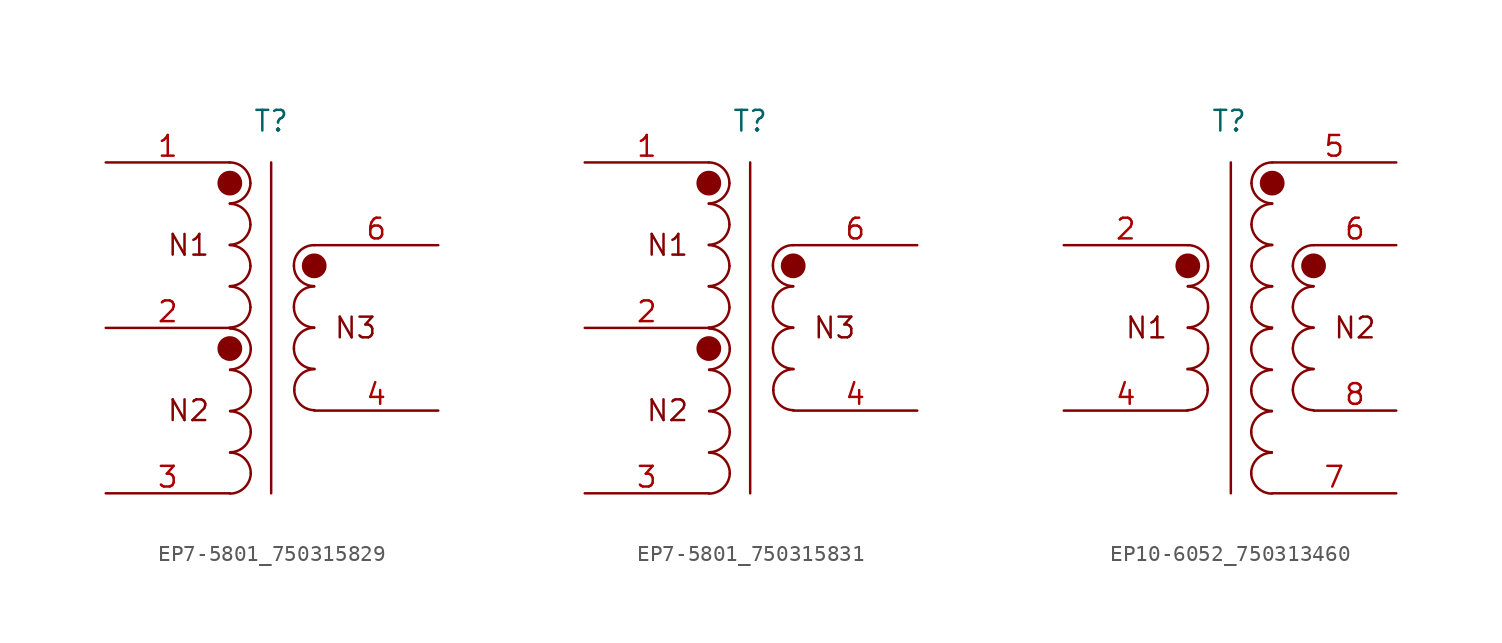
<source format=kicad_sym>
(kicad_symbol_lib
  (version 20220914)
  (generator kicad_symbol_editor)
  (symbol "EP7-5801_750315829"
    (pin_names hide)
    (property "Reference" "T"
      (at 0 12.7 0)
      (effects (font (size 1.27 1.27))))
    (property "Critical Parameter" ""
      (at 0 -5.08 0)
      (effects (font (size 1.27 1.27))))
    (symbol "EP7-5801_750315829_0_1"
      (arc (start -2.54 0.0254) (mid -1.6561 0.3937) (end -1.27 1.27) (stroke (width 0) (type default)) (fill (type none)))
      (arc (start -2.54 2.5654) (mid -1.6561 2.9337) (end -1.27 3.81) (stroke (width 0) (type default)) (fill (type none)))
      (arc (start -2.54 5.1054) (mid -1.6561 5.4737) (end -1.27 6.35) (stroke (width 0) (type default)) (fill (type none)))
      (arc (start -2.54 7.6454) (mid -1.6561 8.0137) (end -1.27 8.89) (stroke (width 0) (type default)) (fill (type none)))
      (arc (start -2.5215 -10.1791) (mid -1.6376 -9.8108) (end -1.2515 -8.9345) (stroke (width 0) (type default)) (fill (type none)))
      (arc (start -2.5215 -7.6391) (mid -1.6376 -7.2708) (end -1.2515 -6.3945) (stroke (width 0) (type default)) (fill (type none)))
      (arc (start -2.5215 -5.0991) (mid -1.6376 -4.7308) (end -1.2515 -3.8545) (stroke (width 0) (type default)) (fill (type none)))
      (arc (start -2.5215 -2.5591) (mid -1.6376 -2.1908) (end -1.2515 -1.3145) (stroke (width 0) (type default)) (fill (type none)))
      (arc (start -1.27 1.27) (mid -1.642 2.168) (end -2.54 2.54) (stroke (width 0) (type default)) (fill (type none)))
      (arc (start -1.27 3.81) (mid -1.642 4.708) (end -2.54 5.08) (stroke (width 0) (type default)) (fill (type none)))
      (arc (start -1.27 6.35) (mid -1.642 7.248) (end -2.54 7.62) (stroke (width 0) (type default)) (fill (type none)))
      (arc (start -1.27 8.89) (mid -1.642 9.788) (end -2.54 10.16) (stroke (width 0) (type default)) (fill (type none)))
      (arc (start -1.2515 -8.9345) (mid -1.6235 -8.0365) (end -2.5215 -7.6645) (stroke (width 0) (type default)) (fill (type none)))
      (arc (start -1.2515 -6.3945) (mid -1.6235 -5.4965) (end -2.5215 -5.1245) (stroke (width 0) (type default)) (fill (type none)))
      (arc (start -1.2515 -3.8545) (mid -1.6235 -2.9565) (end -2.5215 -2.5845) (stroke (width 0) (type default)) (fill (type none)))
      (arc (start -1.2515 -1.3145) (mid -1.6235 -0.4165) (end -2.5215 -0.0445) (stroke (width 0) (type default)) (fill (type none)))
      (polyline (pts (xy 0 10.16) (xy 0 -10.16)) (stroke (width 0) (type default)) (fill (type none)))
      (arc (start 1.397 -1.27) (mid 1.7615 -2.1501) (end 2.6416 -2.5146) (stroke (width 0) (type default)) (fill (type none)))
      (arc (start 1.397 1.27) (mid 1.7615 0.3899) (end 2.6416 0.0254) (stroke (width 0) (type default)) (fill (type none)))
      (arc (start 1.397 3.81) (mid 1.7615 2.9299) (end 2.6416 2.5654) (stroke (width 0) (type default)) (fill (type none)))
      (arc (start 1.4224 -3.81) (mid 1.787 -4.6899) (end 2.667 -5.0546) (stroke (width 0) (type default)) (fill (type none)))
      (arc (start 2.6416 0) (mid 1.7474 -0.3685) (end 1.397 -1.27) (stroke (width 0) (type default)) (fill (type none)))
      (arc (start 2.6416 2.54) (mid 1.7474 2.1715) (end 1.397 1.27) (stroke (width 0) (type default)) (fill (type none)))
      (arc (start 2.6416 5.08) (mid 1.7474 4.7115) (end 1.397 3.81) (stroke (width 0) (type default)) (fill (type none)))
      (arc (start 2.667 -2.54) (mid 1.7725 -2.9083) (end 1.4224 -3.81) (stroke (width 0) (type default)) (fill (type none))))
    (symbol "EP7-5801_750315829_1_1"
      (circle (center -2.54 -1.27) (radius 0.0001) (stroke (width 0.762) (type default)) (fill (type none)))
      (circle (center -2.54 8.89) (radius 0.0001) (stroke (width 0.762) (type default)) (fill (type none)))
      (circle (center 2.642 3.81) (radius 0.0001) (stroke (width 0.762) (type default)) (fill (type none)))
      (text "N1" (at -5.08 5.08 0) (effects (font (size 1.27 1.27))))
      (text "N2" (at -5.08 -5.08 0) (effects (font (size 1.27 1.27))))
      (text "N3" (at 5.182 0 0) (effects (font (size 1.27 1.27))))
      (pin passive line (at -10.16 10.16 0) (length 7.62) (name "1" (effects (font (size 1.27 1.27)))) (number "1" (effects (font (size 1.27 1.27)))))
      (pin passive line (at -10.16 0 0) (length 7.62) (name "2" (effects (font (size 1.27 1.27)))) (number "2" (effects (font (size 1.27 1.27)))))
      (pin passive line (at -10.16 -10.16 0) (length 7.62) (name "3" (effects (font (size 1.27 1.27)))) (number "3" (effects (font (size 1.27 1.27)))))
      (pin passive line (at 10.262 -5.08 180) (length 7.62) (name "4" (effects (font (size 1.27 1.27)))) (number "4" (effects (font (size 1.27 1.27)))))
      (pin passive line (at 10.262 5.08 180) (length 7.62) (name "6" (effects (font (size 1.27 1.27)))) (number "6" (effects (font (size 1.27 1.27)))))))
  (symbol "EP7-5801_750315831"
    (pin_names hide)
    (property "Reference" "T"
      (at 0 12.7 0)
      (effects (font (size 1.27 1.27))))
    (property "Critical Parameter" ""
      (at 0 -5.08 0)
      (effects (font (size 1.27 1.27))))
    (symbol "EP7-5801_750315831_0_1"
      (arc (start -2.54 0.0254) (mid -1.6561 0.3937) (end -1.27 1.27) (stroke (width 0) (type default)) (fill (type none)))
      (arc (start -2.54 2.5654) (mid -1.6561 2.9337) (end -1.27 3.81) (stroke (width 0) (type default)) (fill (type none)))
      (arc (start -2.54 5.1054) (mid -1.6561 5.4737) (end -1.27 6.35) (stroke (width 0) (type default)) (fill (type none)))
      (arc (start -2.54 7.6454) (mid -1.6561 8.0137) (end -1.27 8.89) (stroke (width 0) (type default)) (fill (type none)))
      (arc (start -2.5215 -10.1791) (mid -1.6376 -9.8108) (end -1.2515 -8.9345) (stroke (width 0) (type default)) (fill (type none)))
      (arc (start -2.5215 -7.6391) (mid -1.6376 -7.2708) (end -1.2515 -6.3945) (stroke (width 0) (type default)) (fill (type none)))
      (arc (start -2.5215 -5.0991) (mid -1.6376 -4.7308) (end -1.2515 -3.8545) (stroke (width 0) (type default)) (fill (type none)))
      (arc (start -2.5215 -2.5591) (mid -1.6376 -2.1908) (end -1.2515 -1.3145) (stroke (width 0) (type default)) (fill (type none)))
      (arc (start -1.27 1.27) (mid -1.642 2.168) (end -2.54 2.54) (stroke (width 0) (type default)) (fill (type none)))
      (arc (start -1.27 3.81) (mid -1.642 4.708) (end -2.54 5.08) (stroke (width 0) (type default)) (fill (type none)))
      (arc (start -1.27 6.35) (mid -1.642 7.248) (end -2.54 7.62) (stroke (width 0) (type default)) (fill (type none)))
      (arc (start -1.27 8.89) (mid -1.642 9.788) (end -2.54 10.16) (stroke (width 0) (type default)) (fill (type none)))
      (arc (start -1.2515 -8.9345) (mid -1.6235 -8.0365) (end -2.5215 -7.6645) (stroke (width 0) (type default)) (fill (type none)))
      (arc (start -1.2515 -6.3945) (mid -1.6235 -5.4965) (end -2.5215 -5.1245) (stroke (width 0) (type default)) (fill (type none)))
      (arc (start -1.2515 -3.8545) (mid -1.6235 -2.9565) (end -2.5215 -2.5845) (stroke (width 0) (type default)) (fill (type none)))
      (arc (start -1.2515 -1.3145) (mid -1.6235 -0.4165) (end -2.5215 -0.0445) (stroke (width 0) (type default)) (fill (type none)))
      (polyline (pts (xy 0 10.16) (xy 0 -10.16)) (stroke (width 0) (type default)) (fill (type none)))
      (arc (start 1.397 -1.27) (mid 1.7615 -2.1501) (end 2.6416 -2.5146) (stroke (width 0) (type default)) (fill (type none)))
      (arc (start 1.397 1.27) (mid 1.7615 0.3899) (end 2.6416 0.0254) (stroke (width 0) (type default)) (fill (type none)))
      (arc (start 1.397 3.81) (mid 1.7615 2.9299) (end 2.6416 2.5654) (stroke (width 0) (type default)) (fill (type none)))
      (arc (start 1.4224 -3.81) (mid 1.787 -4.6899) (end 2.667 -5.0546) (stroke (width 0) (type default)) (fill (type none)))
      (arc (start 2.6416 0) (mid 1.7474 -0.3685) (end 1.397 -1.27) (stroke (width 0) (type default)) (fill (type none)))
      (arc (start 2.6416 2.54) (mid 1.7474 2.1715) (end 1.397 1.27) (stroke (width 0) (type default)) (fill (type none)))
      (arc (start 2.6416 5.08) (mid 1.7474 4.7115) (end 1.397 3.81) (stroke (width 0) (type default)) (fill (type none)))
      (arc (start 2.667 -2.54) (mid 1.7725 -2.9083) (end 1.4224 -3.81) (stroke (width 0) (type default)) (fill (type none))))
    (symbol "EP7-5801_750315831_1_1"
      (circle (center -2.54 -1.27) (radius 0.0001) (stroke (width 0.762) (type default)) (fill (type none)))
      (circle (center -2.54 8.89) (radius 0.0001) (stroke (width 0.762) (type default)) (fill (type none)))
      (circle (center 2.642 3.81) (radius 0.0001) (stroke (width 0.762) (type default)) (fill (type none)))
      (text "N1" (at -5.08 5.08 0) (effects (font (size 1.27 1.27))))
      (text "N2" (at -5.08 -5.08 0) (effects (font (size 1.27 1.27))))
      (text "N3" (at 5.182 0 0) (effects (font (size 1.27 1.27))))
      (pin passive line (at -10.16 10.16 0) (length 7.62) (name "1" (effects (font (size 1.27 1.27)))) (number "1" (effects (font (size 1.27 1.27)))))
      (pin passive line (at -10.16 0 0) (length 7.62) (name "2" (effects (font (size 1.27 1.27)))) (number "2" (effects (font (size 1.27 1.27)))))
      (pin passive line (at -10.16 -10.16 0) (length 7.62) (name "3" (effects (font (size 1.27 1.27)))) (number "3" (effects (font (size 1.27 1.27)))))
      (pin passive line (at 10.262 -5.08 180) (length 7.62) (name "4" (effects (font (size 1.27 1.27)))) (number "4" (effects (font (size 1.27 1.27)))))
      (pin passive line (at 10.262 5.08 180) (length 7.62) (name "6" (effects (font (size 1.27 1.27)))) (number "6" (effects (font (size 1.27 1.27)))))))
  (symbol "EP10-6052_750313460"
    (pin_names hide)
    (property "Reference" "T"
      (at 0 12.7 0)
      (effects (font (size 1.27 1.27))))
    (property "Critical Parameter" ""
      (at 0 -5.08 0)
      (effects (font (size 1.27 1.27))))
    (symbol "EP10-6052_750313460_0_1"
      (arc (start -2.5654 -5.0546) (mid -1.6855 -4.6899) (end -1.3208 -3.81) (stroke (width 0) (type default)) (fill (type none)))
      (arc (start -2.54 -2.5146) (mid -1.6596 -2.1504) (end -1.2954 -1.27) (stroke (width 0) (type default)) (fill (type none)))
      (arc (start -2.54 0.0254) (mid -1.6596 0.3896) (end -1.2954 1.27) (stroke (width 0) (type default)) (fill (type none)))
      (arc (start -2.54 2.5654) (mid -1.6596 2.9296) (end -1.2954 3.81) (stroke (width 0) (type default)) (fill (type none)))
      (arc (start -1.3208 -3.81) (mid -1.6712 -2.9086) (end -2.5654 -2.54) (stroke (width 0) (type default)) (fill (type none)))
      (arc (start -1.2954 -1.27) (mid -1.6455 -0.3683) (end -2.54 0) (stroke (width 0) (type default)) (fill (type none)))
      (arc (start -1.2954 1.27) (mid -1.6455 2.1717) (end -2.54 2.54) (stroke (width 0) (type default)) (fill (type none)))
      (arc (start -1.2954 3.81) (mid -1.6455 4.7117) (end -2.54 5.08) (stroke (width 0) (type default)) (fill (type none)))
      (polyline (pts (xy 0.102 10.16) (xy 0.102 -10.16)) (stroke (width 0) (type default)) (fill (type none)))
      (arc (start 1.3531 -8.9345) (mid 1.7392 -9.8108) (end 2.6231 -10.1791) (stroke (width 0) (type default)) (fill (type none)))
      (arc (start 1.3531 -6.3945) (mid 1.7392 -7.2708) (end 2.6231 -7.6391) (stroke (width 0) (type default)) (fill (type none)))
      (arc (start 1.3531 -3.8545) (mid 1.7392 -4.7308) (end 2.6231 -5.0991) (stroke (width 0) (type default)) (fill (type none)))
      (arc (start 1.3531 -1.3145) (mid 1.7392 -2.1908) (end 2.6231 -2.5591) (stroke (width 0) (type default)) (fill (type none)))
      (arc (start 1.3716 1.27) (mid 1.7577 0.3937) (end 2.6416 0.0254) (stroke (width 0) (type default)) (fill (type none)))
      (arc (start 1.3716 3.81) (mid 1.7577 2.9337) (end 2.6416 2.5654) (stroke (width 0) (type default)) (fill (type none)))
      (arc (start 1.3716 6.35) (mid 1.7577 5.4737) (end 2.6416 5.1054) (stroke (width 0) (type default)) (fill (type none)))
      (arc (start 1.3716 8.89) (mid 1.7577 8.0137) (end 2.6416 7.6454) (stroke (width 0) (type default)) (fill (type none)))
      (arc (start 2.6231 -7.6645) (mid 1.7252 -8.0366) (end 1.3531 -8.9345) (stroke (width 0) (type default)) (fill (type none)))
      (arc (start 2.6231 -5.1245) (mid 1.7252 -5.4966) (end 1.3531 -6.3945) (stroke (width 0) (type default)) (fill (type none)))
      (arc (start 2.6231 -2.5845) (mid 1.7252 -2.9566) (end 1.3531 -3.8545) (stroke (width 0) (type default)) (fill (type none)))
      (arc (start 2.6231 -0.0445) (mid 1.7252 -0.4166) (end 1.3531 -1.3145) (stroke (width 0) (type default)) (fill (type none)))
      (arc (start 2.6416 2.54) (mid 1.7436 2.168) (end 1.3716 1.27) (stroke (width 0) (type default)) (fill (type none)))
      (arc (start 2.6416 5.08) (mid 1.7436 4.708) (end 1.3716 3.81) (stroke (width 0) (type default)) (fill (type none)))
      (arc (start 2.6416 7.62) (mid 1.7436 7.248) (end 1.3716 6.35) (stroke (width 0) (type default)) (fill (type none)))
      (arc (start 2.6416 10.16) (mid 1.7436 9.788) (end 1.3716 8.89) (stroke (width 0) (type default)) (fill (type none)))
      (arc (start 3.9116 -3.81) (mid 4.2976 -4.6864) (end 5.1816 -5.0546) (stroke (width 0) (type default)) (fill (type none)))
      (arc (start 3.9116 -1.27) (mid 4.2976 -2.1464) (end 5.1816 -2.5146) (stroke (width 0) (type default)) (fill (type none)))
      (arc (start 3.9116 1.27) (mid 4.2976 0.3936) (end 5.1816 0.0254) (stroke (width 0) (type default)) (fill (type none)))
      (arc (start 3.9116 3.81) (mid 4.2976 2.9336) (end 5.1816 2.5654) (stroke (width 0) (type default)) (fill (type none)))
      (arc (start 5.1816 -2.54) (mid 4.2836 -2.912) (end 3.9116 -3.81) (stroke (width 0) (type default)) (fill (type none)))
      (arc (start 5.1816 0) (mid 4.2836 -0.372) (end 3.9116 -1.27) (stroke (width 0) (type default)) (fill (type none)))
      (arc (start 5.1816 2.54) (mid 4.2836 2.168) (end 3.9116 1.27) (stroke (width 0) (type default)) (fill (type none)))
      (arc (start 5.1816 5.08) (mid 4.2836 4.708) (end 3.9116 3.81) (stroke (width 0) (type default)) (fill (type none))))
    (symbol "EP10-6052_750313460_1_1"
      (circle (center -2.54 3.81) (radius 0.0001) (stroke (width 0.762) (type default)) (fill (type none)))
      (circle (center 2.642 8.89) (radius 0.0001) (stroke (width 0.762) (type default)) (fill (type none)))
      (circle (center 5.182 3.81) (radius 0.0001) (stroke (width 0.762) (type default)) (fill (type none)))
      (text "N1" (at -5.08 0 0) (effects (font (size 1.27 1.27))))
      (text "N2" (at 7.722 0 0) (effects (font (size 1.27 1.27))))
      (pin passive line (at -10.16 5.08 0) (length 7.62) (name "2" (effects (font (size 1.27 1.27)))) (number "2" (effects (font (size 1.27 1.27)))))
      (pin passive line (at -10.16 -5.08 0) (length 7.62) (name "4" (effects (font (size 1.27 1.27)))) (number "4" (effects (font (size 1.27 1.27)))))
      (pin passive line (at 10.262 10.16 180) (length 7.62) (name "5" (effects (font (size 1.27 1.27)))) (number "5" (effects (font (size 1.27 1.27)))))
      (pin passive line (at 10.262 5.08 180) (length 5.08) (name "6" (effects (font (size 1.27 1.27)))) (number "6" (effects (font (size 1.27 1.27)))))
      (pin passive line (at 10.262 -10.16 180) (length 7.62) (name "7" (effects (font (size 1.27 1.27)))) (number "7" (effects (font (size 1.27 1.27)))))
      (pin passive line (at 10.262 -5.08 180) (length 5.08) (name "8" (effects (font (size 1.27 1.27)))) (number "8" (effects (font (size 1.27 1.27))))))))
</source>
